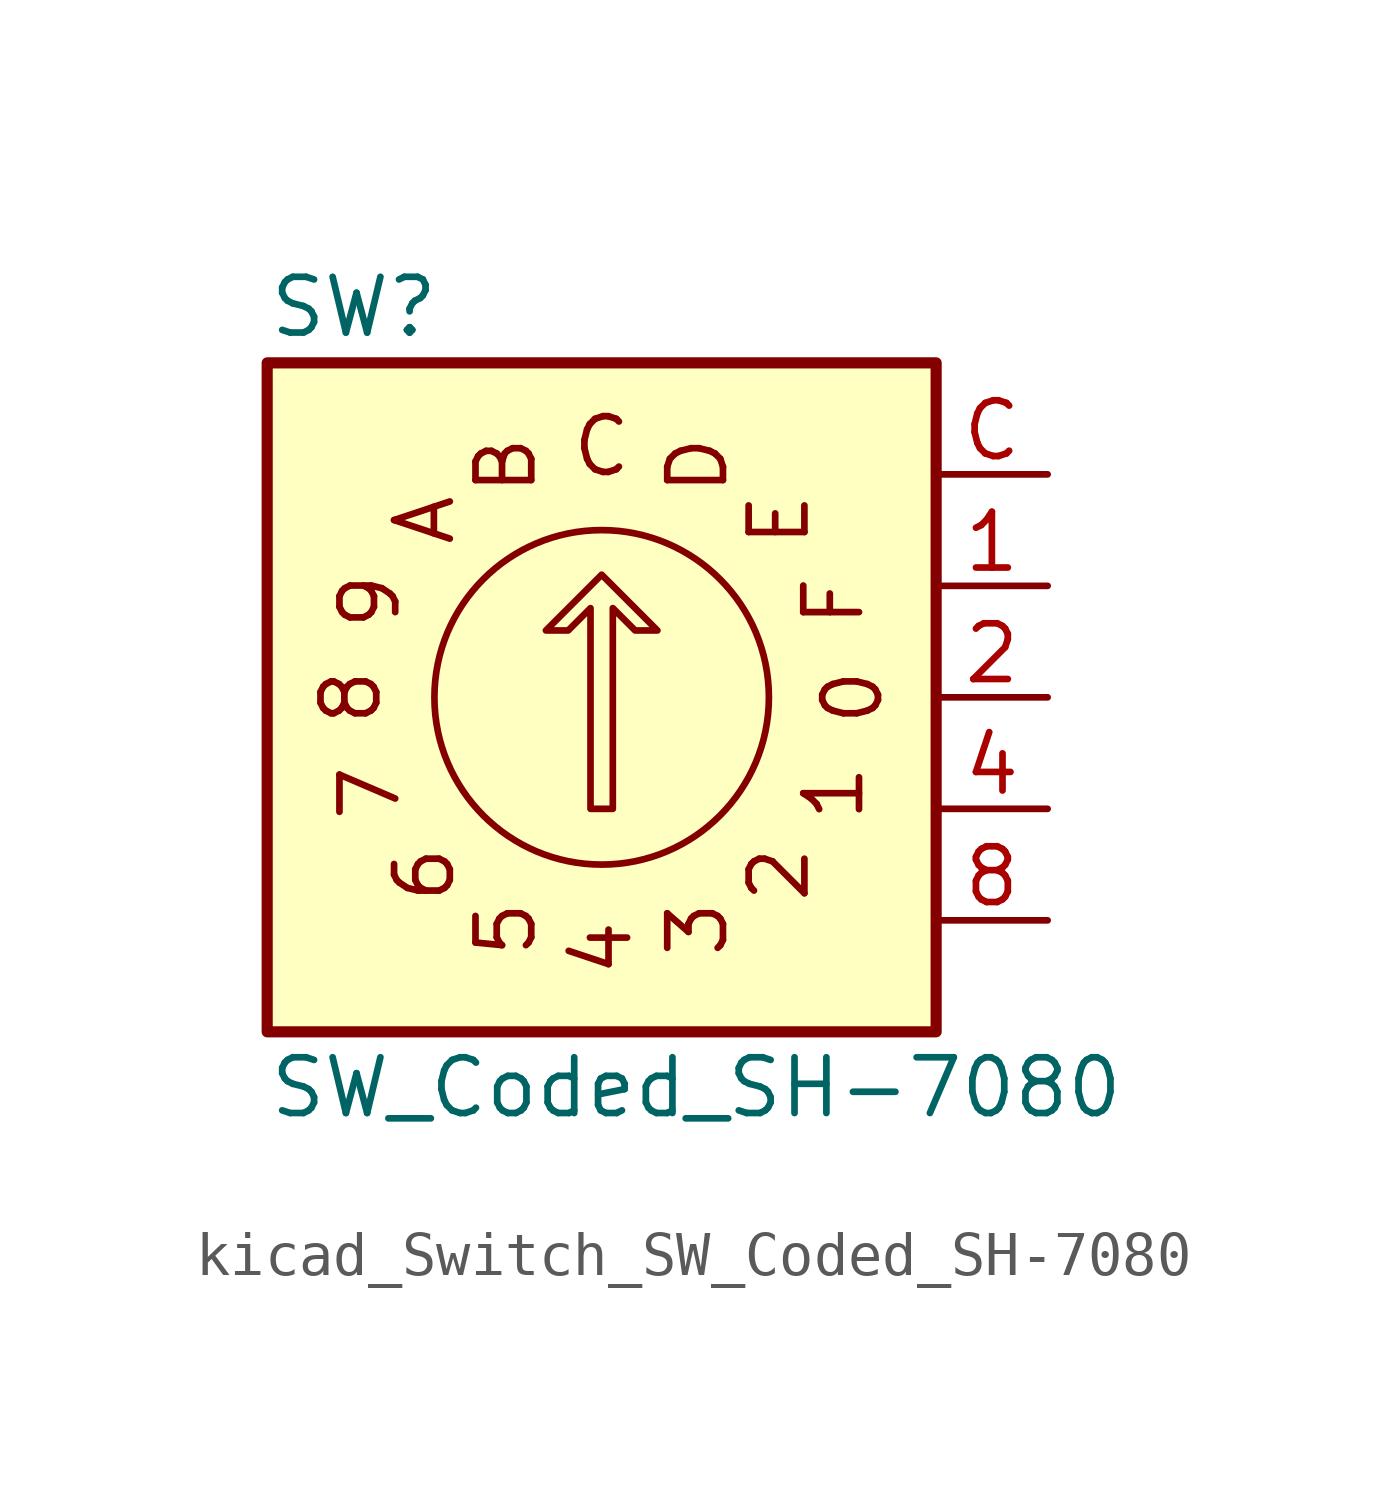
<source format=kicad_sym>
(kicad_symbol_lib
  (version 20220914)
  (generator kicad_symbol_editor)
  (symbol "kicad_Switch_SW_Coded_SH-7080"
    (pin_names hide)
    (property "Reference" "SW"
      (at -7.62 8.89 0)
      (effects (font (size 1.27 1.27)) (justify left)))
    (property "Value" "SW_Coded_SH-7080"
      (at -7.62 -8.89 0)
      (effects (font (size 1.27 1.27)) (justify left)))
    (symbol "kicad_Switch_SW_Coded_SH-7080_0_0"
      (text "0" (at 5.715 0 2700) (effects (font (size 1.27 1.27))))
      (text "1" (at 5.283 -2.184 2475) (effects (font (size 1.27 1.27))))
      (text "2" (at 4.039 -4.039 2250) (effects (font (size 1.27 1.27))))
      (text "3" (at 2.184 -5.283 2025) (effects (font (size 1.27 1.27))))
      (text "4" (at 0 -5.715 1800) (effects (font (size 1.27 1.27))))
      (text "5" (at -2.184 -5.283 1575) (effects (font (size 1.27 1.27))))
      (text "6" (at -4.039 -4.039 1350) (effects (font (size 1.27 1.27))))
      (text "7" (at -5.283 -2.184 1125) (effects (font (size 1.27 1.27))))
      (text "8" (at -5.715 0 900) (effects (font (size 1.27 1.27))))
      (text "9" (at -5.283 2.184 675) (effects (font (size 1.27 1.27))))
      (text "A" (at -4.039 4.039 450) (effects (font (size 1.27 1.27))))
      (text "B" (at -2.184 5.283 225) (effects (font (size 1.27 1.27))))
      (text "C" (at 0 5.715 0) (effects (font (size 1.27 1.27))))
      (text "D" (at 2.184 5.283 3375) (effects (font (size 1.27 1.27))))
      (text "E" (at 4.039 4.039 3150) (effects (font (size 1.27 1.27))))
      (text "F" (at 5.283 2.184 2925) (effects (font (size 1.27 1.27)))))
    (symbol "kicad_Switch_SW_Coded_SH-7080_0_1"
      (polyline (pts (xy -0.254 -2.54) (xy -0.254 2.032) (xy -0.762 1.524) (xy -1.27 1.524) (xy 0 2.794) (xy 1.27 1.524) (xy 0.762 1.524) (xy 0.254 2.032) (xy 0.254 -2.54) (xy -0.254 -2.54) (xy -0.254 -2.54)) (stroke (width 0) (type default)) (fill (type none)))
      (circle (center 0 0) (radius 3.81) (stroke (width 0) (type default)) (fill (type none)))
      (rectangle (start 7.62 7.62) (end -7.62 -7.62) (stroke (width 0.254) (type default)) (fill (type background))))
    (symbol "kicad_Switch_SW_Coded_SH-7080_1_1"
      (pin passive line (at 10.16 2.54 180) (length 2.54) (name "1" (effects (font (size 1.27 1.27)))) (number "1" (effects (font (size 1.27 1.27)))))
      (pin passive line (at 10.16 0 180) (length 2.54) (name "2" (effects (font (size 1.27 1.27)))) (number "2" (effects (font (size 1.27 1.27)))))
      (pin passive line (at 10.16 -2.54 180) (length 2.54) (name "4" (effects (font (size 1.27 1.27)))) (number "4" (effects (font (size 1.27 1.27)))))
      (pin passive line (at 10.16 -5.08 180) (length 2.54) (name "8" (effects (font (size 1.27 1.27)))) (number "8" (effects (font (size 1.27 1.27)))))
      (pin passive line (at 10.16 5.08 180) (length 2.54) (name "C" (effects (font (size 1.27 1.27)))) (number "C" (effects (font (size 1.27 1.27))))))))
</source>
